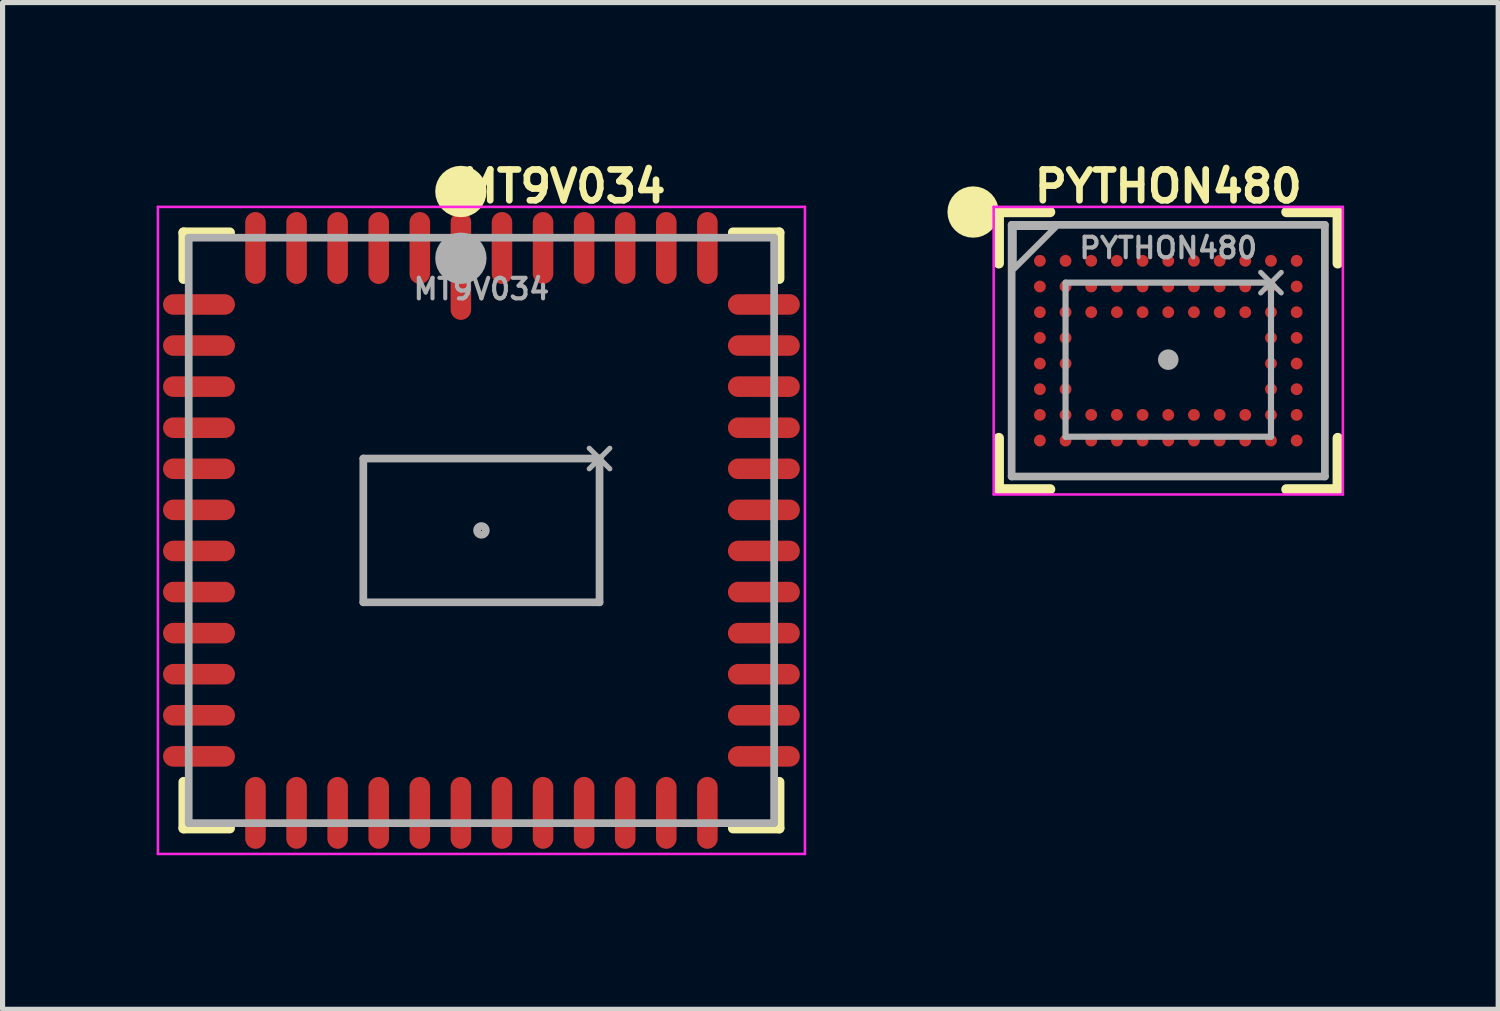
<source format=kicad_pcb>
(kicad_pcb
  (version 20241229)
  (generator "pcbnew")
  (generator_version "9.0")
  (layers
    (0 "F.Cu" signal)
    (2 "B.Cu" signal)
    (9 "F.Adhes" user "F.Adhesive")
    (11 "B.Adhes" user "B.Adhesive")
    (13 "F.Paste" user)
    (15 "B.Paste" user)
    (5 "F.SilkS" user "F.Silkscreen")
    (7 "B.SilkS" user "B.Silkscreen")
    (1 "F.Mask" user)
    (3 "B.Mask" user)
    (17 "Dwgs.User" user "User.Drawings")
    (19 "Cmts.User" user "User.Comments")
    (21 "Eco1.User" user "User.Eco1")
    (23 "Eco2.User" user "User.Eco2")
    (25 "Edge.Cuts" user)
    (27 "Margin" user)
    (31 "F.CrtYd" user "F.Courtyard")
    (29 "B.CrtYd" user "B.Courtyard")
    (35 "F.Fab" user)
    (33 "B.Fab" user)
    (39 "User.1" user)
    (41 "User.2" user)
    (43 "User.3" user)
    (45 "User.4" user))
  (footprint "PYTHON480"
    (layer "F.Cu")
    (at 19.7 3.779)
    (property "Reference" "PYTHON480" (at 0 -3.2 0) (layer "F.SilkS") (effects (font (size 0.6 0.6) (thickness 0.13))))
    (property "Value" "${VALUE}" (at 0 2.1 0) (layer "F.Fab") (hide yes) (effects (font (size 0.4 0.4) (thickness 0.08))))
    (attr smd)
    (fp_line (start -3.3 -1.7) (end -3.3 -2.7) (stroke (width 0.2) (type solid)) (layer "F.SilkS"))
    (fp_line (start -3.3 1.7) (end -3.3 2.7) (stroke (width 0.2) (type solid)) (layer "F.SilkS"))
    (fp_line (start -2.3 -2.7) (end -3.3 -2.7) (stroke (width 0.2) (type solid)) (layer "F.SilkS"))
    (fp_line (start -2.3 2.7) (end -3.3 2.7) (stroke (width 0.2) (type solid)) (layer "F.SilkS"))
    (fp_line (start 2.3 -2.7) (end 3.3 -2.7) (stroke (width 0.2) (type solid)) (layer "F.SilkS"))
    (fp_line (start 2.3 2.7) (end 3.3 2.7) (stroke (width 0.2) (type solid)) (layer "F.SilkS"))
    (fp_line (start 3.3 -1.7) (end 3.3 -2.7) (stroke (width 0.2) (type solid)) (layer "F.SilkS"))
    (fp_line (start 3.3 1.7) (end 3.3 2.7) (stroke (width 0.2) (type solid)) (layer "F.SilkS"))
    (fp_circle (center -3.8 -2.7) (end -3.8 -2.7) (stroke (width 0.5) (type solid)) (fill no) (layer "F.SilkS"))
    (fp_line (start -3.4 -2.8) (end -3.4 2.8) (stroke (width 0.05) (type solid)) (layer "F.CrtYd"))
    (fp_line (start -3.4 -2.8) (end 3.4 -2.8) (stroke (width 0.05) (type solid)) (layer "F.CrtYd"))
    (fp_line (start -3.4 2.8) (end 3.4 2.8) (stroke (width 0.05) (type solid)) (layer "F.CrtYd"))
    (fp_line (start 3.4 -2.8) (end 3.4 2.8) (stroke (width 0.05) (type solid)) (layer "F.CrtYd"))
    (fp_line (start -3.05 -2.45) (end 3.05 -2.45) (stroke (width 0.15) (type solid)) (layer "F.Fab"))
    (fp_line (start -3.05 2.45) (end -3.05 -2.45) (stroke (width 0.15) (type solid)) (layer "F.Fab"))
    (fp_line (start -2.2 -2.4) (end -3 -1.6) (stroke (width 0.12) (type solid)) (layer "F.Fab"))
    (fp_line (start -2 -1.325) (end 2 -1.325) (stroke (width 0.12) (type solid)) (layer "F.Fab"))
    (fp_line (start -2 1.675) (end -2 -1.325) (stroke (width 0.12) (type solid)) (layer "F.Fab"))
    (fp_line (start 1.8 -1.525) (end 2.2 -1.125) (stroke (width 0.1) (type solid)) (layer "F.Fab"))
    (fp_line (start 1.8 -1.125) (end 2.2 -1.525) (stroke (width 0.1) (type solid)) (layer "F.Fab"))
    (fp_line (start 2 -1.325) (end 2 1.675) (stroke (width 0.12) (type solid)) (layer "F.Fab"))
    (fp_line (start 2 1.675) (end -2 1.675) (stroke (width 0.12) (type solid)) (layer "F.Fab"))
    (fp_line (start 3.05 -2.45) (end 3.05 2.45) (stroke (width 0.15) (type solid)) (layer "F.Fab"))
    (fp_line (start 3.05 2.45) (end -3.05 2.45) (stroke (width 0.15) (type solid)) (layer "F.Fab"))
    (fp_circle (center 0 0.175) (end 0 0.175) (stroke (width 0.2) (type solid)) (fill no) (layer "F.Fab"))
    (fp_poly (pts (xy -3 -2.4) (xy -2.2 -2.4) (xy -3 -1.6)) (stroke (width 0.1) (type solid)) (fill no) (layer "F.Fab"))
    (fp_text user "${REFERENCE}" (at 0 -2 0) (layer "F.Fab") (effects (font (size 0.4 0.4) (thickness 0.08))))
    (pad "A1" smd circle (at -2.5 -1.75) (size 0.23 0.23) (layers "F.Cu" "F.Mask" "F.Paste"))
    (pad "A2" smd circle (at -2 -1.75) (size 0.23 0.23) (layers "F.Cu" "F.Mask" "F.Paste"))
    (pad "A3" smd circle (at -1.5 -1.75) (size 0.23 0.23) (layers "F.Cu" "F.Mask" "F.Paste"))
    (pad "A4" smd circle (at -1 -1.75) (size 0.23 0.23) (layers "F.Cu" "F.Mask" "F.Paste"))
    (pad "A5" smd circle (at -0.5 -1.75) (size 0.23 0.23) (layers "F.Cu" "F.Mask" "F.Paste"))
    (pad "A6" smd circle (at 0 -1.75) (size 0.23 0.23) (layers "F.Cu" "F.Mask" "F.Paste"))
    (pad "A7" smd circle (at 0.5 -1.75) (size 0.23 0.23) (layers "F.Cu" "F.Mask" "F.Paste"))
    (pad "A8" smd circle (at 1 -1.75) (size 0.23 0.23) (layers "F.Cu" "F.Mask" "F.Paste"))
    (pad "A9" smd circle (at 1.5 -1.75) (size 0.23 0.23) (layers "F.Cu" "F.Mask" "F.Paste"))
    (pad "A10" smd circle (at 2 -1.75) (size 0.23 0.23) (layers "F.Cu" "F.Mask" "F.Paste"))
    (pad "A11" smd circle (at 2.5 -1.75) (size 0.23 0.23) (layers "F.Cu" "F.Mask" "F.Paste"))
    (pad "B1" smd circle (at -2.5 -1.25) (size 0.23 0.23) (layers "F.Cu" "F.Mask" "F.Paste"))
    (pad "B2" smd circle (at -2 -1.25) (size 0.23 0.23) (layers "F.Cu" "F.Mask" "F.Paste"))
    (pad "B3" smd circle (at -1.5 -1.25) (size 0.23 0.23) (layers "F.Cu" "F.Mask" "F.Paste"))
    (pad "B4" smd circle (at -1 -1.25) (size 0.23 0.23) (layers "F.Cu" "F.Mask" "F.Paste"))
    (pad "B5" smd circle (at -0.5 -1.25) (size 0.23 0.23) (layers "F.Cu" "F.Mask" "F.Paste"))
    (pad "B6" smd circle (at 0 -1.25) (size 0.23 0.23) (layers "F.Cu" "F.Mask" "F.Paste"))
    (pad "B7" smd circle (at 0.5 -1.25) (size 0.23 0.23) (layers "F.Cu" "F.Mask" "F.Paste"))
    (pad "B8" smd circle (at 1 -1.25) (size 0.23 0.23) (layers "F.Cu" "F.Mask" "F.Paste"))
    (pad "B9" smd circle (at 1.5 -1.25) (size 0.23 0.23) (layers "F.Cu" "F.Mask" "F.Paste"))
    (pad "B10" smd circle (at 2 -1.25) (size 0.23 0.23) (layers "F.Cu" "F.Mask" "F.Paste"))
    (pad "B11" smd circle (at 2.5 -1.25) (size 0.23 0.23) (layers "F.Cu" "F.Mask" "F.Paste"))
    (pad "C1" smd circle (at -2.5 -0.75) (size 0.23 0.23) (layers "F.Cu" "F.Mask" "F.Paste"))
    (pad "C2" smd circle (at -2 -0.75) (size 0.23 0.23) (layers "F.Cu" "F.Mask" "F.Paste"))
    (pad "C3" smd circle (at -1.5 -0.75) (size 0.23 0.23) (layers "F.Cu" "F.Mask" "F.Paste"))
    (pad "C4" smd circle (at -1 -0.75) (size 0.23 0.23) (layers "F.Cu" "F.Mask" "F.Paste"))
    (pad "C5" smd circle (at -0.5 -0.75) (size 0.23 0.23) (layers "F.Cu" "F.Mask" "F.Paste"))
    (pad "C6" smd circle (at 0 -0.75) (size 0.23 0.23) (layers "F.Cu" "F.Mask" "F.Paste"))
    (pad "C7" smd circle (at 0.5 -0.75) (size 0.23 0.23) (layers "F.Cu" "F.Mask" "F.Paste"))
    (pad "C8" smd circle (at 1 -0.75) (size 0.23 0.23) (layers "F.Cu" "F.Mask" "F.Paste"))
    (pad "C9" smd circle (at 1.5 -0.75) (size 0.23 0.23) (layers "F.Cu" "F.Mask" "F.Paste"))
    (pad "C10" smd circle (at 2 -0.75) (size 0.23 0.23) (layers "F.Cu" "F.Mask" "F.Paste"))
    (pad "C11" smd circle (at 2.5 -0.75) (size 0.23 0.23) (layers "F.Cu" "F.Mask" "F.Paste"))
    (pad "D1" smd circle (at -2.5 -0.25) (size 0.23 0.23) (layers "F.Cu" "F.Mask" "F.Paste"))
    (pad "D2" smd circle (at -2 -0.25) (size 0.23 0.23) (layers "F.Cu" "F.Mask" "F.Paste"))
    (pad "D10" smd circle (at 2 -0.25) (size 0.23 0.23) (layers "F.Cu" "F.Mask" "F.Paste"))
    (pad "D11" smd circle (at 2.5 -0.25) (size 0.23 0.23) (layers "F.Cu" "F.Mask" "F.Paste"))
    (pad "E1" smd circle (at -2.5 0.25) (size 0.23 0.23) (layers "F.Cu" "F.Mask" "F.Paste"))
    (pad "E2" smd circle (at -2 0.25) (size 0.23 0.23) (layers "F.Cu" "F.Mask" "F.Paste"))
    (pad "E10" smd circle (at 2 0.25) (size 0.23 0.23) (layers "F.Cu" "F.Mask" "F.Paste"))
    (pad "E11" smd circle (at 2.5 0.25) (size 0.23 0.23) (layers "F.Cu" "F.Mask" "F.Paste"))
    (pad "F1" smd circle (at -2.5 0.75) (size 0.23 0.23) (layers "F.Cu" "F.Mask" "F.Paste"))
    (pad "F2" smd circle (at -2 0.75) (size 0.23 0.23) (layers "F.Cu" "F.Mask" "F.Paste"))
    (pad "F10" smd circle (at 2 0.75) (size 0.23 0.23) (layers "F.Cu" "F.Mask" "F.Paste"))
    (pad "F11" smd circle (at 2.5 0.75) (size 0.23 0.23) (layers "F.Cu" "F.Mask" "F.Paste"))
    (pad "G1" smd circle (at -2.5 1.25) (size 0.23 0.23) (layers "F.Cu" "F.Mask" "F.Paste"))
    (pad "G2" smd circle (at -2 1.25) (size 0.23 0.23) (layers "F.Cu" "F.Mask" "F.Paste"))
    (pad "G3" smd circle (at -1.5 1.25) (size 0.23 0.23) (layers "F.Cu" "F.Mask" "F.Paste"))
    (pad "G4" smd circle (at -1 1.25) (size 0.23 0.23) (layers "F.Cu" "F.Mask" "F.Paste"))
    (pad "G5" smd circle (at -0.5 1.25) (size 0.23 0.23) (layers "F.Cu" "F.Mask" "F.Paste"))
    (pad "G6" smd circle (at 0 1.25) (size 0.23 0.23) (layers "F.Cu" "F.Mask" "F.Paste"))
    (pad "G7" smd circle (at 0.5 1.25) (size 0.23 0.23) (layers "F.Cu" "F.Mask" "F.Paste"))
    (pad "G8" smd circle (at 1 1.25) (size 0.23 0.23) (layers "F.Cu" "F.Mask" "F.Paste"))
    (pad "G9" smd circle (at 1.5 1.25) (size 0.23 0.23) (layers "F.Cu" "F.Mask" "F.Paste"))
    (pad "G10" smd circle (at 2 1.25) (size 0.23 0.23) (layers "F.Cu" "F.Mask" "F.Paste"))
    (pad "G11" smd circle (at 2.5 1.25) (size 0.23 0.23) (layers "F.Cu" "F.Mask" "F.Paste"))
    (pad "H1" smd circle (at -2.5 1.75) (size 0.23 0.23) (layers "F.Cu" "F.Mask" "F.Paste"))
    (pad "H2" smd circle (at -2 1.75) (size 0.23 0.23) (layers "F.Cu" "F.Mask" "F.Paste"))
    (pad "H3" smd circle (at -1.5 1.75) (size 0.23 0.23) (layers "F.Cu" "F.Mask" "F.Paste"))
    (pad "H4" smd circle (at -1 1.75) (size 0.23 0.23) (layers "F.Cu" "F.Mask" "F.Paste"))
    (pad "H5" smd circle (at -0.5 1.75) (size 0.23 0.23) (layers "F.Cu" "F.Mask" "F.Paste"))
    (pad "H6" smd circle (at 0 1.75) (size 0.23 0.23) (layers "F.Cu" "F.Mask" "F.Paste"))
    (pad "H7" smd circle (at 0.5 1.75) (size 0.23 0.23) (layers "F.Cu" "F.Mask" "F.Paste"))
    (pad "H8" smd circle (at 1 1.75) (size 0.23 0.23) (layers "F.Cu" "F.Mask" "F.Paste"))
    (pad "H9" smd circle (at 1.5 1.75) (size 0.23 0.23) (layers "F.Cu" "F.Mask" "F.Paste"))
    (pad "H10" smd circle (at 2 1.75) (size 0.23 0.23) (layers "F.Cu" "F.Mask" "F.Paste"))
    (pad "H11" smd circle (at 2.5 1.75) (size 0.23 0.23) (layers "F.Cu" "F.Mask" "F.Paste")))
  (footprint "MT9V034"
    (layer "F.Cu")
    (at 6.325 7.279)
    (property "Reference" "MT9V034" (at 1.6 -6.7 0) (layer "F.SilkS") (effects (font (size 0.6 0.6) (thickness 0.13))))
    (property "Value" "${VALUE}" (at 0 5.2 0) (layer "F.Fab") (hide yes) (effects (font (size 0.4 0.4) (thickness 0.08))))
    (attr smd)
    (fp_line (start -5.8 -4.9) (end -5.8 -5.8) (stroke (width 0.2) (type solid)) (layer "F.SilkS"))
    (fp_line (start -5.8 4.9) (end -5.8 5.8) (stroke (width 0.2) (type solid)) (layer "F.SilkS"))
    (fp_line (start -4.9 -5.8) (end -5.8 -5.8) (stroke (width 0.2) (type solid)) (layer "F.SilkS"))
    (fp_line (start -4.9 5.8) (end -5.8 5.8) (stroke (width 0.2) (type solid)) (layer "F.SilkS"))
    (fp_line (start 4.9 -5.8) (end 5.8 -5.8) (stroke (width 0.2) (type solid)) (layer "F.SilkS"))
    (fp_line (start 4.9 5.8) (end 5.8 5.8) (stroke (width 0.2) (type solid)) (layer "F.SilkS"))
    (fp_line (start 5.8 -4.9) (end 5.8 -5.8) (stroke (width 0.2) (type solid)) (layer "F.SilkS"))
    (fp_line (start 5.8 4.9) (end 5.8 5.8) (stroke (width 0.2) (type solid)) (layer "F.SilkS"))
    (fp_circle (center -0.4 -6.6) (end -0.4 -6.6) (stroke (width 0.5) (type solid)) (fill no) (layer "F.SilkS"))
    (fp_line (start -6.3 -6.3) (end -6.3 6.3) (stroke (width 0.05) (type solid)) (layer "F.CrtYd"))
    (fp_line (start -6.3 -6.3) (end 6.3 -6.3) (stroke (width 0.05) (type solid)) (layer "F.CrtYd"))
    (fp_line (start -6.3 6.3) (end 6.3 6.3) (stroke (width 0.05) (type solid)) (layer "F.CrtYd"))
    (fp_line (start 6.3 -6.3) (end 6.3 6.3) (stroke (width 0.05) (type solid)) (layer "F.CrtYd"))
    (fp_line (start -5.7 -5.7) (end 5.7 -5.7) (stroke (width 0.15) (type solid)) (layer "F.Fab"))
    (fp_line (start -5.7 5.7) (end -5.7 -5.7) (stroke (width 0.15) (type solid)) (layer "F.Fab"))
    (fp_line (start -2.3 -1.4) (end 2.3 -1.4) (stroke (width 0.15) (type solid)) (layer "F.Fab"))
    (fp_line (start -2.3 1.4) (end -2.3 -1.4) (stroke (width 0.15) (type solid)) (layer "F.Fab"))
    (fp_line (start 2.1 -1.6) (end 2.5 -1.2) (stroke (width 0.1) (type solid)) (layer "F.Fab"))
    (fp_line (start 2.1 -1.2) (end 2.5 -1.6) (stroke (width 0.1) (type solid)) (layer "F.Fab"))
    (fp_line (start 2.3 -1.4) (end 2.3 1.4) (stroke (width 0.15) (type solid)) (layer "F.Fab"))
    (fp_line (start 2.3 1.4) (end -2.3 1.4) (stroke (width 0.15) (type solid)) (layer "F.Fab"))
    (fp_line (start 5.7 -5.7) (end 5.7 5.7) (stroke (width 0.15) (type solid)) (layer "F.Fab"))
    (fp_line (start 5.7 5.7) (end -5.7 5.7) (stroke (width 0.15) (type solid)) (layer "F.Fab"))
    (fp_circle (center -0.4 -5.3) (end -0.4 -5.3) (stroke (width 0.5) (type solid)) (fill no) (layer "F.Fab"))
    (fp_circle (center 0 0) (end 0.01 0) (stroke (width 0.15) (type solid)) (fill no) (layer "F.Fab"))
    (fp_text user "${REFERENCE}" (at 0 -4.7 0) (layer "F.Fab") (effects (font (size 0.4 0.4) (thickness 0.08))))
    (pad "1" smd oval (at -0.4 -5.15) (size 0.4 2.1) (layers "F.Cu" "F.Mask" "F.Paste"))
    (pad "2" smd oval (at -1.2 -5.5) (size 0.4 1.4) (layers "F.Cu" "F.Mask" "F.Paste"))
    (pad "3" smd oval (at -2 -5.5) (size 0.4 1.4) (layers "F.Cu" "F.Mask" "F.Paste"))
    (pad "4" smd oval (at -2.8 -5.5) (size 0.4 1.4) (layers "F.Cu" "F.Mask" "F.Paste"))
    (pad "5" smd oval (at -3.6 -5.5) (size 0.4 1.4) (layers "F.Cu" "F.Mask" "F.Paste"))
    (pad "6" smd oval (at -4.4 -5.5) (size 0.4 1.4) (layers "F.Cu" "F.Mask" "F.Paste"))
    (pad "7" smd oval (at -5.5 -4.4 270) (size 0.4 1.4) (layers "F.Cu" "F.Mask" "F.Paste"))
    (pad "8" smd oval (at -5.5 -3.6 270) (size 0.4 1.4) (layers "F.Cu" "F.Mask" "F.Paste"))
    (pad "9" smd oval (at -5.5 -2.8 270) (size 0.4 1.4) (layers "F.Cu" "F.Mask" "F.Paste"))
    (pad "10" smd oval (at -5.5 -2 270) (size 0.4 1.4) (layers "F.Cu" "F.Mask" "F.Paste"))
    (pad "11" smd oval (at -5.5 -1.2 270) (size 0.4 1.4) (layers "F.Cu" "F.Mask" "F.Paste"))
    (pad "12" smd oval (at -5.5 -0.4 270) (size 0.4 1.4) (layers "F.Cu" "F.Mask" "F.Paste"))
    (pad "13" smd oval (at -5.5 0.4 270) (size 0.4 1.4) (layers "F.Cu" "F.Mask" "F.Paste"))
    (pad "14" smd oval (at -5.5 1.2 270) (size 0.4 1.4) (layers "F.Cu" "F.Mask" "F.Paste"))
    (pad "15" smd oval (at -5.5 2 270) (size 0.4 1.4) (layers "F.Cu" "F.Mask" "F.Paste"))
    (pad "16" smd oval (at -5.5 2.8 270) (size 0.4 1.4) (layers "F.Cu" "F.Mask" "F.Paste"))
    (pad "17" smd oval (at -5.5 3.6 270) (size 0.4 1.4) (layers "F.Cu" "F.Mask" "F.Paste"))
    (pad "18" smd oval (at -5.5 4.4 270) (size 0.4 1.4) (layers "F.Cu" "F.Mask" "F.Paste"))
    (pad "19" smd oval (at -4.4 5.5 180) (size 0.4 1.4) (layers "F.Cu" "F.Mask" "F.Paste"))
    (pad "20" smd oval (at -3.6 5.5 180) (size 0.4 1.4) (layers "F.Cu" "F.Mask" "F.Paste"))
    (pad "21" smd oval (at -2.8 5.5 180) (size 0.4 1.4) (layers "F.Cu" "F.Mask" "F.Paste"))
    (pad "22" smd oval (at -2 5.5 180) (size 0.4 1.4) (layers "F.Cu" "F.Mask" "F.Paste"))
    (pad "23" smd oval (at -1.2 5.5 180) (size 0.4 1.4) (layers "F.Cu" "F.Mask" "F.Paste"))
    (pad "24" smd oval (at -0.4 5.5 180) (size 0.4 1.4) (layers "F.Cu" "F.Mask" "F.Paste"))
    (pad "25" smd oval (at 0.4 5.5 180) (size 0.4 1.4) (layers "F.Cu" "F.Mask" "F.Paste"))
    (pad "26" smd oval (at 1.2 5.5 180) (size 0.4 1.4) (layers "F.Cu" "F.Mask" "F.Paste"))
    (pad "27" smd oval (at 2 5.5 180) (size 0.4 1.4) (layers "F.Cu" "F.Mask" "F.Paste"))
    (pad "28" smd oval (at 2.8 5.5 180) (size 0.4 1.4) (layers "F.Cu" "F.Mask" "F.Paste"))
    (pad "29" smd oval (at 3.6 5.5 180) (size 0.4 1.4) (layers "F.Cu" "F.Mask" "F.Paste"))
    (pad "30" smd oval (at 4.4 5.5) (size 0.4 1.4) (layers "F.Cu" "F.Mask" "F.Paste"))
    (pad "31" smd oval (at 5.5 4.4 270) (size 0.4 1.4) (layers "F.Cu" "F.Mask" "F.Paste"))
    (pad "32" smd oval (at 5.5 3.6 270) (size 0.4 1.4) (layers "F.Cu" "F.Mask" "F.Paste"))
    (pad "33" smd oval (at 5.5 2.8 270) (size 0.4 1.4) (layers "F.Cu" "F.Mask" "F.Paste"))
    (pad "34" smd oval (at 5.5 2 270) (size 0.4 1.4) (layers "F.Cu" "F.Mask" "F.Paste"))
    (pad "35" smd oval (at 5.5 1.2 270) (size 0.4 1.4) (layers "F.Cu" "F.Mask" "F.Paste"))
    (pad "36" smd oval (at 5.5 0.4 270) (size 0.4 1.4) (layers "F.Cu" "F.Mask" "F.Paste"))
    (pad "37" smd oval (at 5.5 -0.4 270) (size 0.4 1.4) (layers "F.Cu" "F.Mask" "F.Paste"))
    (pad "38" smd oval (at 5.5 -1.2 270) (size 0.4 1.4) (layers "F.Cu" "F.Mask" "F.Paste"))
    (pad "39" smd oval (at 5.5 -2 270) (size 0.4 1.4) (layers "F.Cu" "F.Mask" "F.Paste"))
    (pad "40" smd oval (at 5.5 -2.8 270) (size 0.4 1.4) (layers "F.Cu" "F.Mask" "F.Paste"))
    (pad "41" smd oval (at 5.5 -3.6 270) (size 0.4 1.4) (layers "F.Cu" "F.Mask" "F.Paste"))
    (pad "42" smd oval (at 5.5 -4.4 90) (size 0.4 1.4) (layers "F.Cu" "F.Mask" "F.Paste"))
    (pad "43" smd oval (at 4.4 -5.5) (size 0.4 1.4) (layers "F.Cu" "F.Mask" "F.Paste"))
    (pad "44" smd oval (at 3.6 -5.5) (size 0.4 1.4) (layers "F.Cu" "F.Mask" "F.Paste"))
    (pad "45" smd oval (at 2.8 -5.5) (size 0.4 1.4) (layers "F.Cu" "F.Mask" "F.Paste"))
    (pad "46" smd oval (at 2 -5.5) (size 0.4 1.4) (layers "F.Cu" "F.Mask" "F.Paste"))
    (pad "47" smd oval (at 1.2 -5.5) (size 0.4 1.4) (layers "F.Cu" "F.Mask" "F.Paste"))
    (pad "48" smd oval (at 0.4 -5.5) (size 0.4 1.4) (layers "F.Cu" "F.Mask" "F.Paste")))
  (gr_rect
    (start -3 -3)
    (end 26.125 16.604)
    (stroke (width 0.1) (type default))
    (fill no)
    (layer "Edge.Cuts")))
</source>
